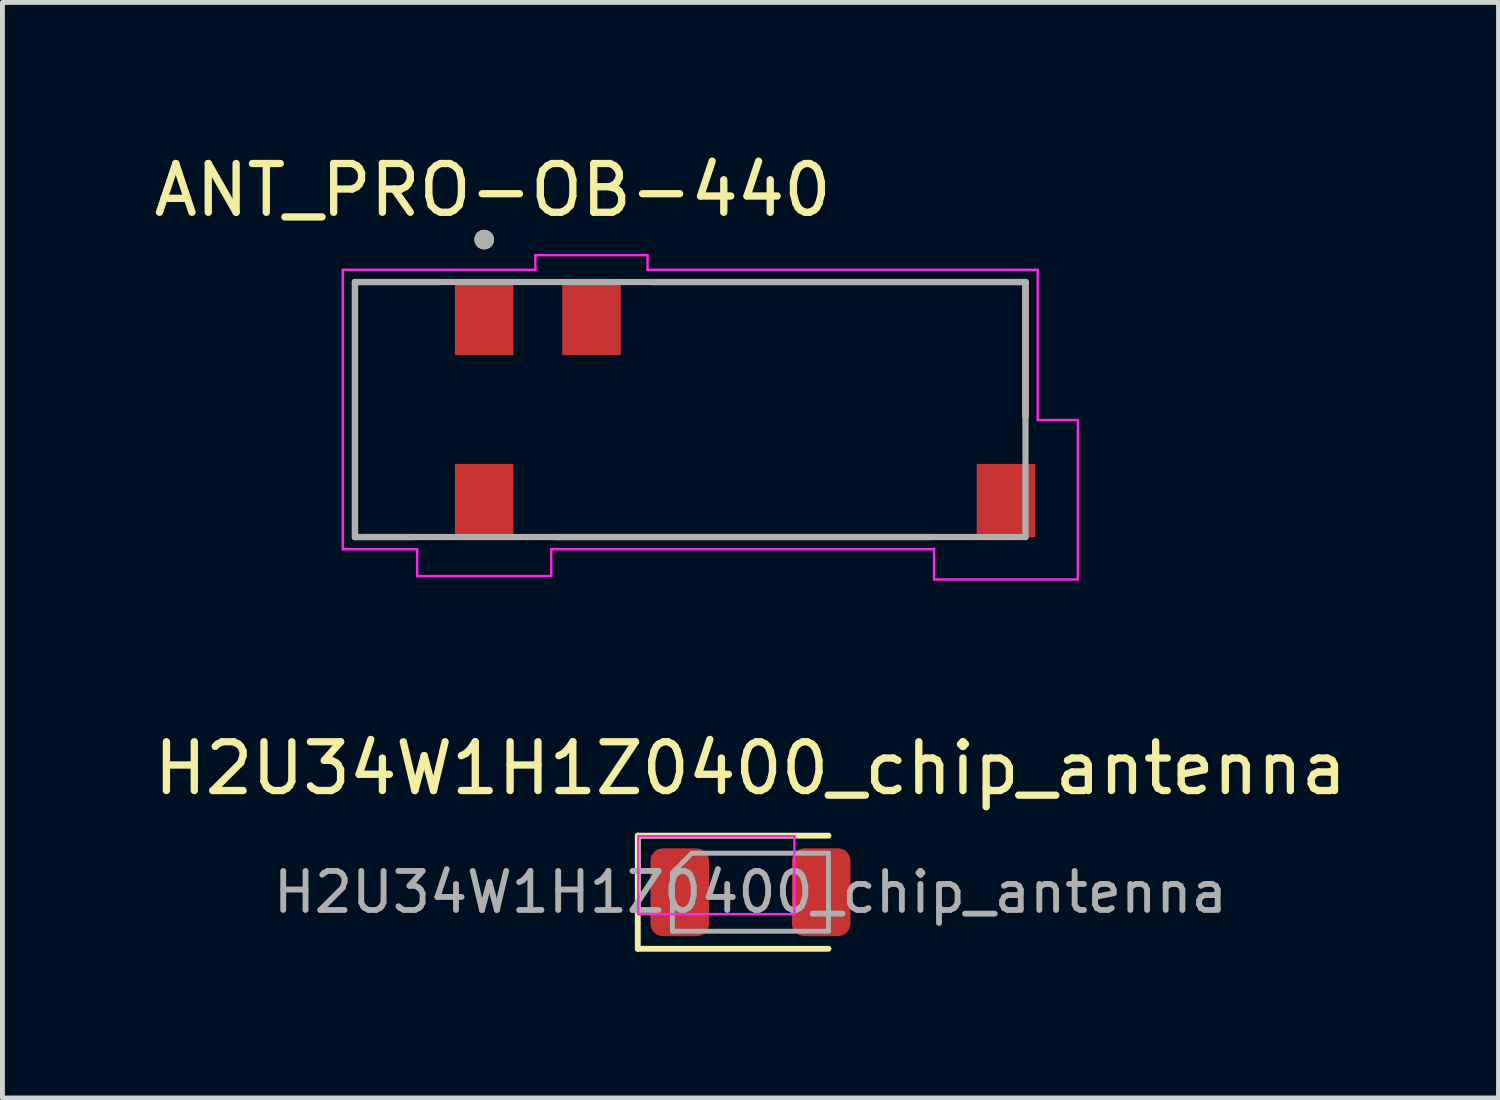
<source format=kicad_pcb>
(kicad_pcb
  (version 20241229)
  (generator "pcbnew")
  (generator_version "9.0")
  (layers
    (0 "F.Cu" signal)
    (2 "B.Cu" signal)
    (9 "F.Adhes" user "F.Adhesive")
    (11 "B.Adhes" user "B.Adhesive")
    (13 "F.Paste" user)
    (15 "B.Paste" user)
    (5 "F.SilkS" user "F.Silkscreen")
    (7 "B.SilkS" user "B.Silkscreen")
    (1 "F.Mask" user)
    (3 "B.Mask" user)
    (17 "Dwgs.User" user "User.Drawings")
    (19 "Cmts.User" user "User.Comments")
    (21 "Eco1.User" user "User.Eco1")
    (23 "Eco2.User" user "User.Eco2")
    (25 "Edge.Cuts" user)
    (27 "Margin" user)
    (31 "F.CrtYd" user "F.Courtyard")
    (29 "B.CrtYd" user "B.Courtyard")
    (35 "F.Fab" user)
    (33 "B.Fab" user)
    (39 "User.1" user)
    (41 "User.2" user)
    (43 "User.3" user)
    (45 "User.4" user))
  (footprint "ANT_PRO-OB-440"
    (layer "F.Cu")
    (at 6.879 3.483)
    (property "Reference" "ANT_PRO-OB-440" (at 0.175 -2.635 0) (layer "F.SilkS") (effects (font (size 1 1) (thickness 0.15))))
    (attr through_hole)
    (fp_line (start -2.65 -0.75) (end -2.65 4.48) (stroke (width 0.127) (type solid)) (layer "F.SilkS"))
    (fp_line (start -2.65 -0.75) (end -0.92 -0.75) (stroke (width 0.127) (type solid)) (layer "F.SilkS"))
    (fp_line (start -2.65 4.48) (end -1.445 4.48) (stroke (width 0.127) (type solid)) (layer "F.SilkS"))
    (fp_line (start 1.445 4.48) (end 9.155 4.48) (stroke (width 0.127) (type solid)) (layer "F.SilkS"))
    (fp_line (start 3.45 -0.75) (end 11.1 -0.75) (stroke (width 0.127) (type solid)) (layer "F.SilkS"))
    (fp_line (start 11.1 -0.75) (end 11.1 2.01) (stroke (width 0.127) (type solid)) (layer "F.SilkS"))
    (fp_circle (center 0 -1.62) (end 0.1 -1.62) (stroke (width 0.2) (type solid)) (fill no) (layer "F.SilkS"))
    (fp_line (start -2.9 -1) (end -2.9 4.73) (stroke (width 0.05) (type solid)) (layer "F.CrtYd"))
    (fp_line (start -2.9 -1) (end 1.05 -1) (stroke (width 0.05) (type solid)) (layer "F.CrtYd"))
    (fp_line (start -2.9 4.73) (end -1.375 4.73) (stroke (width 0.05) (type solid)) (layer "F.CrtYd"))
    (fp_line (start -1.375 4.73) (end -1.375 5.28) (stroke (width 0.05) (type solid)) (layer "F.CrtYd"))
    (fp_line (start -1.375 5.28) (end 1.375 5.28) (stroke (width 0.05) (type solid)) (layer "F.CrtYd"))
    (fp_line (start 1.05 -1.3) (end 3.35 -1.3) (stroke (width 0.05) (type solid)) (layer "F.CrtYd"))
    (fp_line (start 1.05 -1) (end 1.05 -1.3) (stroke (width 0.05) (type solid)) (layer "F.CrtYd"))
    (fp_line (start 1.375 5.28) (end 1.375 4.73) (stroke (width 0.05) (type solid)) (layer "F.CrtYd"))
    (fp_line (start 3.35 -1.3) (end 3.35 -1) (stroke (width 0.05) (type solid)) (layer "F.CrtYd"))
    (fp_line (start 3.35 -1) (end 11.35 -1) (stroke (width 0.05) (type solid)) (layer "F.CrtYd"))
    (fp_line (start 9.225 4.73) (end 1.375 4.73) (stroke (width 0.05) (type solid)) (layer "F.CrtYd"))
    (fp_line (start 9.225 4.73) (end 9.225 5.35) (stroke (width 0.05) (type solid)) (layer "F.CrtYd"))
    (fp_line (start 9.225 5.35) (end 12.175 5.35) (stroke (width 0.05) (type solid)) (layer "F.CrtYd"))
    (fp_line (start 11.35 -1) (end 11.35 2.08) (stroke (width 0.05) (type solid)) (layer "F.CrtYd"))
    (fp_line (start 11.35 2.08) (end 12.175 2.08) (stroke (width 0.05) (type solid)) (layer "F.CrtYd"))
    (fp_line (start 12.175 2.08) (end 12.175 5.35) (stroke (width 0.05) (type solid)) (layer "F.CrtYd"))
    (fp_line (start -2.65 -0.75) (end -2.65 4.48) (stroke (width 0.127) (type solid)) (layer "F.Fab"))
    (fp_line (start -2.65 4.48) (end 11.1 4.48) (stroke (width 0.127) (type solid)) (layer "F.Fab"))
    (fp_line (start 11.1 -0.75) (end -2.65 -0.75) (stroke (width 0.127) (type solid)) (layer "F.Fab"))
    (fp_line (start 11.1 4.48) (end 11.1 -0.75) (stroke (width 0.127) (type solid)) (layer "F.Fab"))
    (fp_circle (center 0 -1.62) (end 0.1 -1.62) (stroke (width 0.2) (type solid)) (fill no) (layer "F.Fab"))
    (pad "1" smd rect (at 0 0 90) (size 1.5 1.2) (layers "F.Cu" "F.Mask" "F.Paste"))
    (pad "2" smd rect (at 2.2 0 90) (size 1.5 1.2) (layers "F.Cu" "F.Mask" "F.Paste"))
    (pad "3" smd rect (at 0 3.73 90) (size 1.5 1.2) (layers "F.Cu" "F.Mask" "F.Paste"))
    (pad "4" smd rect (at 10.7 3.73 90) (size 1.5 1.2) (layers "F.Cu" "F.Mask" "F.Paste"))
    (zone (net_name "") (layer "F.Cu") (hatch full 0.508) (connect_pads) (min_thickness 0.01) (filled_areas_thickness no) (keepout (tracks not_allowed) (vias not_allowed) (pads not_allowed) (copperpour not_allowed) (footprints allowed)) (placement (enabled no)) (fill) (polygon (pts (xy 5.754 5.913) (xy 8.004 5.913) (xy 8.004 8.513) (xy 5.754 8.513))))
    (zone (net_name "") (layer "F.Cu") (hatch full 0.508) (connect_pads) (min_thickness 0.01) (filled_areas_thickness no) (keepout (tracks not_allowed) (vias not_allowed) (pads not_allowed) (copperpour not_allowed) (footprints allowed)) (placement (enabled no)) (fill) (polygon (pts (xy 8.179 2.433) (xy 9.979 2.433) (xy 9.979 4.533) (xy 8.179 4.533))))
    (zone (net_name "") (layer "F.Cu") (hatch full 0.508) (connect_pads) (min_thickness 0.01) (filled_areas_thickness no) (keepout (tracks not_allowed) (vias not_allowed) (pads not_allowed) (copperpour not_allowed) (footprints allowed)) (placement (enabled no)) (fill) (polygon (pts (xy 16.354 5.813) (xy 18.804 5.813) (xy 18.804 8.613) (xy 16.354 8.613))))
    (zone (net_name "") (layers "F.Cu" "B.Cu") (hatch full 0.508) (connect_pads) (min_thickness 0.01) (filled_areas_thickness no) (keepout (tracks allowed) (vias not_allowed) (pads allowed) (copperpour allowed) (footprints allowed)) (placement (enabled no)) (fill) (polygon (pts (xy 5.754 5.913) (xy 8.004 5.913) (xy 8.004 8.513) (xy 5.754 8.513))))
    (zone (net_name "") (layers "F.Cu" "B.Cu") (hatch full 0.508) (connect_pads) (min_thickness 0.01) (filled_areas_thickness no) (keepout (tracks allowed) (vias not_allowed) (pads allowed) (copperpour allowed) (footprints allowed)) (placement (enabled no)) (fill) (polygon (pts (xy 8.179 2.433) (xy 9.979 2.433) (xy 9.979 4.533) (xy 8.179 4.533))))
    (zone (net_name "") (layers "F.Cu" "B.Cu") (hatch full 0.508) (connect_pads) (min_thickness 0.01) (filled_areas_thickness no) (keepout (tracks allowed) (vias not_allowed) (pads allowed) (copperpour allowed) (footprints allowed)) (placement (enabled no)) (fill) (polygon (pts (xy 16.354 5.813) (xy 18.804 5.813) (xy 18.804 8.613) (xy 16.354 8.613))))
    (zone (net_name "") (layer "B.Cu") (hatch full 0.508) (connect_pads) (min_thickness 0.01) (filled_areas_thickness no) (keepout (tracks not_allowed) (vias not_allowed) (pads not_allowed) (copperpour not_allowed) (footprints allowed)) (placement (enabled no)) (fill) (polygon (pts (xy 5.754 5.913) (xy 8.004 5.913) (xy 8.004 8.513) (xy 5.754 8.513))))
    (zone (net_name "") (layer "B.Cu") (hatch full 0.508) (connect_pads) (min_thickness 0.01) (filled_areas_thickness no) (keepout (tracks not_allowed) (vias not_allowed) (pads not_allowed) (copperpour not_allowed) (footprints allowed)) (placement (enabled no)) (fill) (polygon (pts (xy 8.179 2.433) (xy 9.979 2.433) (xy 9.979 4.533) (xy 8.179 4.533))))
    (zone (net_name "") (layer "B.Cu") (hatch full 0.508) (connect_pads) (min_thickness 0.01) (filled_areas_thickness no) (keepout (tracks not_allowed) (vias not_allowed) (pads not_allowed) (copperpour not_allowed) (footprints allowed)) (placement (enabled no)) (fill) (polygon (pts (xy 16.354 5.813) (xy 18.804 5.813) (xy 18.804 8.613) (xy 16.354 8.613)))))
  (footprint "H2U34W1H1Z0400_chip_antenna"
    (layer "F.Cu")
    (at 12.339 15.246)
    (property "Reference" "H2U34W1H1Z0400_chip_antenna" (at 0 -2.54 0) (unlocked yes) (layer "F.SilkS") (effects (font (size 1 1) (thickness 0.15))))
    (attr smd)
    (fp_line (start -2.31 -1.16) (end -2.31 1.16) (stroke (width 0.12) (type solid)) (layer "F.SilkS"))
    (fp_line (start -2.31 1.16) (end 1.6 1.16) (stroke (width 0.12) (type solid)) (layer "F.SilkS"))
    (fp_line (start 1.6 -1.16) (end -2.31 -1.16) (stroke (width 0.12) (type solid)) (layer "F.SilkS"))
    (fp_line (start -2.3 -1.15) (end 0.9 -1.15) (stroke (width 0.05) (type solid)) (layer "F.CrtYd"))
    (fp_line (start -2.3 0.45) (end -2.3 -1.15) (stroke (width 0.05) (type solid)) (layer "F.CrtYd"))
    (fp_line (start 0.9 -1.15) (end 0.9 0.45) (stroke (width 0.05) (type solid)) (layer "F.CrtYd"))
    (fp_line (start 0.9 0.45) (end -2.3 0.45) (stroke (width 0.05) (type solid)) (layer "F.CrtYd"))
    (fp_line (start -1.6 -0.4) (end -1.6 0.8) (stroke (width 0.1) (type solid)) (layer "F.Fab"))
    (fp_line (start -1.6 0.8) (end 1.6 0.8) (stroke (width 0.1) (type solid)) (layer "F.Fab"))
    (fp_line (start -1.2 -0.8) (end -1.6 -0.4) (stroke (width 0.1) (type solid)) (layer "F.Fab"))
    (fp_line (start 1.6 -0.8) (end -1.2 -0.8) (stroke (width 0.1) (type solid)) (layer "F.Fab"))
    (fp_line (start 1.6 0.8) (end 1.6 -0.8) (stroke (width 0.1) (type solid)) (layer "F.Fab"))
    (fp_text user "${REFERENCE}" (at 0 0 0) (layer "F.Fab") (effects (font (size 0.8 0.8) (thickness 0.12))))
    (pad "1" smd roundrect (at -1.45 0) (size 1.2 1.8) (layers "F.Cu" "F.Mask" "F.Paste") (roundrect_rratio 0.208))
    (pad "2" smd roundrect (at 1.45 0) (size 1.2 1.8) (layers "F.Cu" "F.Mask" "F.Paste") (roundrect_rratio 0.208)))
  (gr_rect
    (start -3 -3)
    (end 27.679 19.466)
    (stroke (width 0.1) (type default))
    (fill no)
    (layer "Edge.Cuts")))
</source>
